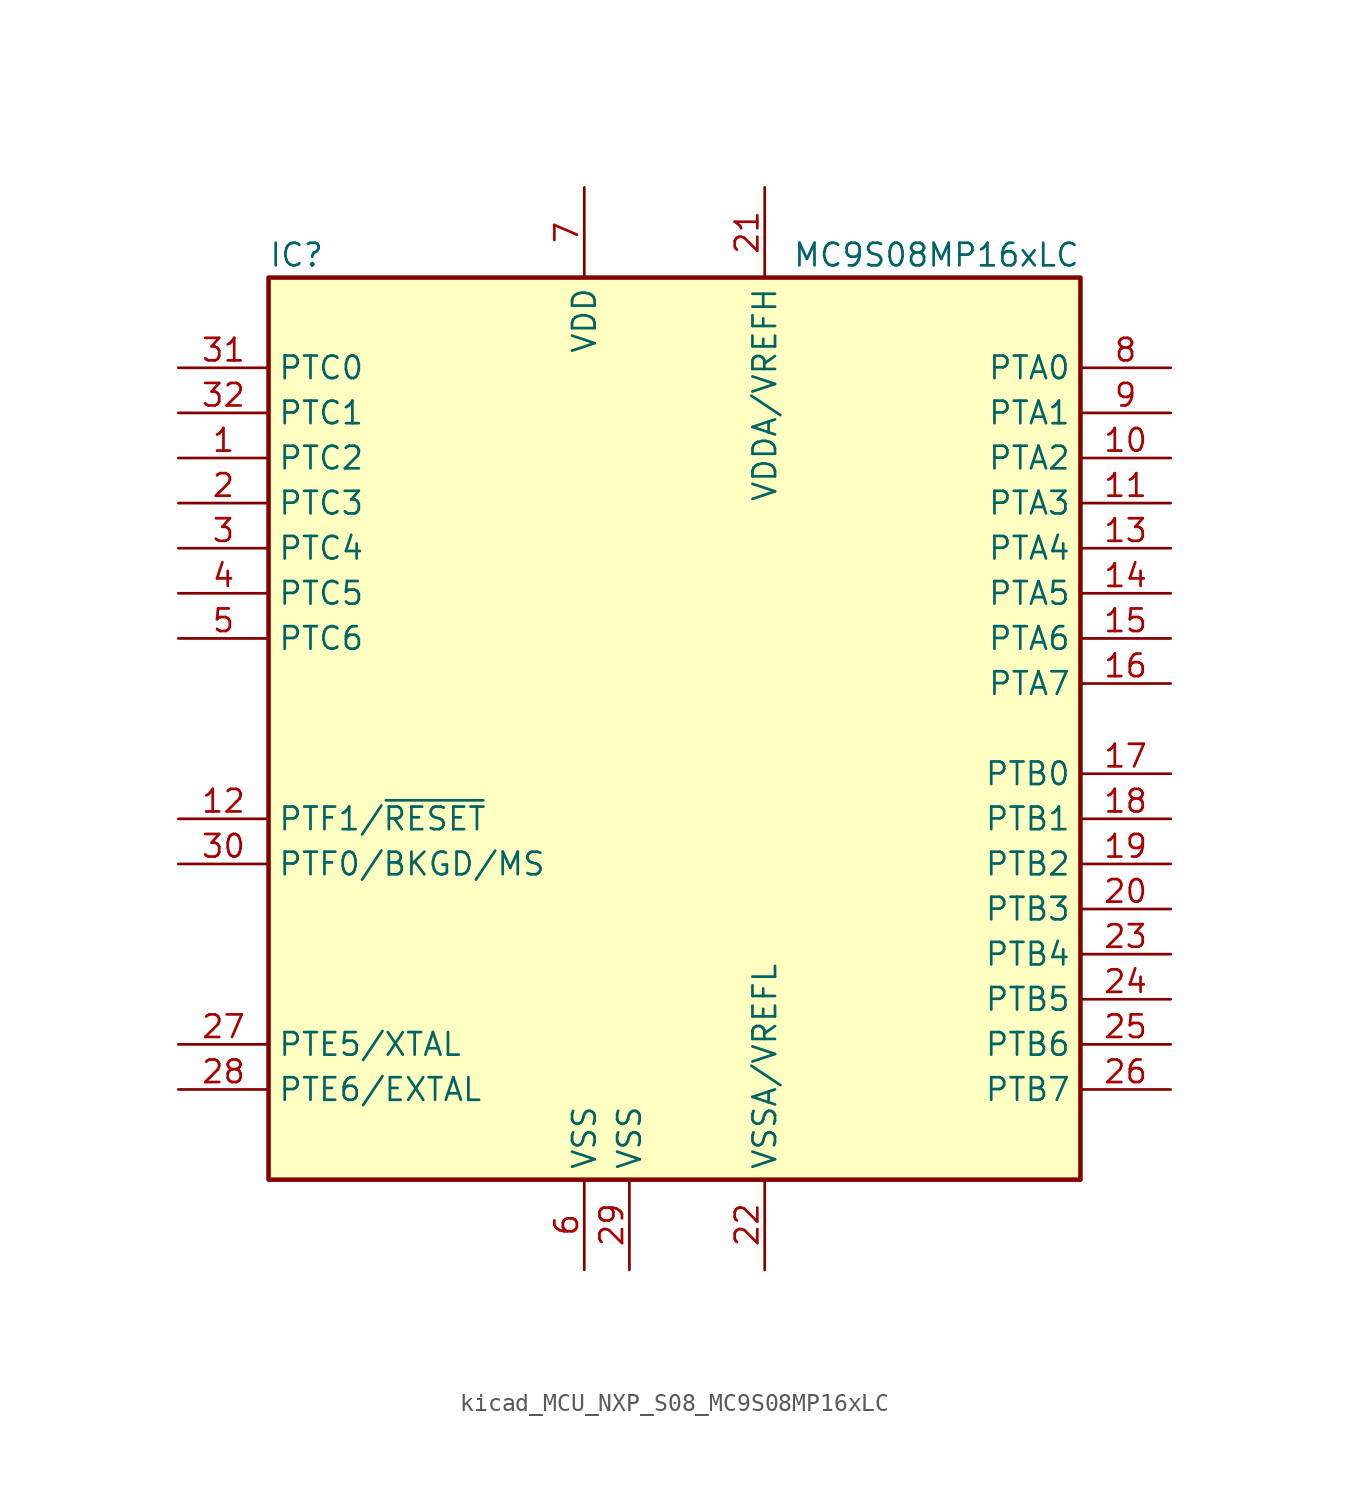
<source format=kicad_sym>
(kicad_symbol_lib
  (version 20220914)
  (generator kicad_symbol_editor)
  (symbol "kicad_MCU_NXP_S08_MC9S08MP16xLC"
    (property "Reference" "IC"
      (at -22.86 26.67 0)
      (effects (font (size 1.27 1.27)) (justify left)))
    (property "Value" "MC9S08MP16xLC"
      (at 22.86 26.67 0)
      (effects (font (size 1.27 1.27)) (justify right)))
    (symbol "kicad_MCU_NXP_S08_MC9S08MP16xLC_0_1"
      (rectangle (start -22.86 25.4) (end 22.86 -25.4) (stroke (width 0.254) (type default)) (fill (type background))))
    (symbol "kicad_MCU_NXP_S08_MC9S08MP16xLC_1_1"
      (pin bidirectional line (at -27.94 15.24 0) (length 5.08) (name "PTC2" (effects (font (size 1.27 1.27)))) (number "1" (effects (font (size 1.27 1.27)))))
      (pin bidirectional line (at 27.94 15.24 180) (length 5.08) (name "PTA2" (effects (font (size 1.27 1.27)))) (number "10" (effects (font (size 1.27 1.27)))))
      (pin bidirectional line (at 27.94 12.7 180) (length 5.08) (name "PTA3" (effects (font (size 1.27 1.27)))) (number "11" (effects (font (size 1.27 1.27)))))
      (pin bidirectional line (at -27.94 -5.08 0) (length 5.08) (name "PTF1/~{RESET}" (effects (font (size 1.27 1.27)))) (number "12" (effects (font (size 1.27 1.27)))))
      (pin bidirectional line (at 27.94 10.16 180) (length 5.08) (name "PTA4" (effects (font (size 1.27 1.27)))) (number "13" (effects (font (size 1.27 1.27)))))
      (pin bidirectional line (at 27.94 7.62 180) (length 5.08) (name "PTA5" (effects (font (size 1.27 1.27)))) (number "14" (effects (font (size 1.27 1.27)))))
      (pin bidirectional line (at 27.94 5.08 180) (length 5.08) (name "PTA6" (effects (font (size 1.27 1.27)))) (number "15" (effects (font (size 1.27 1.27)))))
      (pin bidirectional line (at 27.94 2.54 180) (length 5.08) (name "PTA7" (effects (font (size 1.27 1.27)))) (number "16" (effects (font (size 1.27 1.27)))))
      (pin bidirectional line (at 27.94 -2.54 180) (length 5.08) (name "PTB0" (effects (font (size 1.27 1.27)))) (number "17" (effects (font (size 1.27 1.27)))))
      (pin bidirectional line (at 27.94 -5.08 180) (length 5.08) (name "PTB1" (effects (font (size 1.27 1.27)))) (number "18" (effects (font (size 1.27 1.27)))))
      (pin bidirectional line (at 27.94 -7.62 180) (length 5.08) (name "PTB2" (effects (font (size 1.27 1.27)))) (number "19" (effects (font (size 1.27 1.27)))))
      (pin bidirectional line (at -27.94 12.7 0) (length 5.08) (name "PTC3" (effects (font (size 1.27 1.27)))) (number "2" (effects (font (size 1.27 1.27)))))
      (pin bidirectional line (at 27.94 -10.16 180) (length 5.08) (name "PTB3" (effects (font (size 1.27 1.27)))) (number "20" (effects (font (size 1.27 1.27)))))
      (pin power_in line (at 5.08 30.48 270) (length 5.08) (name "VDDA/VREFH" (effects (font (size 1.27 1.27)))) (number "21" (effects (font (size 1.27 1.27)))))
      (pin power_in line (at 5.08 -30.48 90) (length 5.08) (name "VSSA/VREFL" (effects (font (size 1.27 1.27)))) (number "22" (effects (font (size 1.27 1.27)))))
      (pin bidirectional line (at 27.94 -12.7 180) (length 5.08) (name "PTB4" (effects (font (size 1.27 1.27)))) (number "23" (effects (font (size 1.27 1.27)))))
      (pin bidirectional line (at 27.94 -15.24 180) (length 5.08) (name "PTB5" (effects (font (size 1.27 1.27)))) (number "24" (effects (font (size 1.27 1.27)))))
      (pin bidirectional line (at 27.94 -17.78 180) (length 5.08) (name "PTB6" (effects (font (size 1.27 1.27)))) (number "25" (effects (font (size 1.27 1.27)))))
      (pin bidirectional line (at 27.94 -20.32 180) (length 5.08) (name "PTB7" (effects (font (size 1.27 1.27)))) (number "26" (effects (font (size 1.27 1.27)))))
      (pin bidirectional line (at -27.94 -17.78 0) (length 5.08) (name "PTE5/XTAL" (effects (font (size 1.27 1.27)))) (number "27" (effects (font (size 1.27 1.27)))))
      (pin bidirectional line (at -27.94 -20.32 0) (length 5.08) (name "PTE6/EXTAL" (effects (font (size 1.27 1.27)))) (number "28" (effects (font (size 1.27 1.27)))))
      (pin power_in line (at -2.54 -30.48 90) (length 5.08) (name "VSS" (effects (font (size 1.27 1.27)))) (number "29" (effects (font (size 1.27 1.27)))))
      (pin bidirectional line (at -27.94 10.16 0) (length 5.08) (name "PTC4" (effects (font (size 1.27 1.27)))) (number "3" (effects (font (size 1.27 1.27)))))
      (pin bidirectional line (at -27.94 -7.62 0) (length 5.08) (name "PTF0/BKGD/MS" (effects (font (size 1.27 1.27)))) (number "30" (effects (font (size 1.27 1.27)))))
      (pin bidirectional line (at -27.94 20.32 0) (length 5.08) (name "PTC0" (effects (font (size 1.27 1.27)))) (number "31" (effects (font (size 1.27 1.27)))))
      (pin bidirectional line (at -27.94 17.78 0) (length 5.08) (name "PTC1" (effects (font (size 1.27 1.27)))) (number "32" (effects (font (size 1.27 1.27)))))
      (pin bidirectional line (at -27.94 7.62 0) (length 5.08) (name "PTC5" (effects (font (size 1.27 1.27)))) (number "4" (effects (font (size 1.27 1.27)))))
      (pin bidirectional line (at -27.94 5.08 0) (length 5.08) (name "PTC6" (effects (font (size 1.27 1.27)))) (number "5" (effects (font (size 1.27 1.27)))))
      (pin power_in line (at -5.08 -30.48 90) (length 5.08) (name "VSS" (effects (font (size 1.27 1.27)))) (number "6" (effects (font (size 1.27 1.27)))))
      (pin power_in line (at -5.08 30.48 270) (length 5.08) (name "VDD" (effects (font (size 1.27 1.27)))) (number "7" (effects (font (size 1.27 1.27)))))
      (pin bidirectional line (at 27.94 20.32 180) (length 5.08) (name "PTA0" (effects (font (size 1.27 1.27)))) (number "8" (effects (font (size 1.27 1.27)))))
      (pin bidirectional line (at 27.94 17.78 180) (length 5.08) (name "PTA1" (effects (font (size 1.27 1.27)))) (number "9" (effects (font (size 1.27 1.27))))))))
</source>
